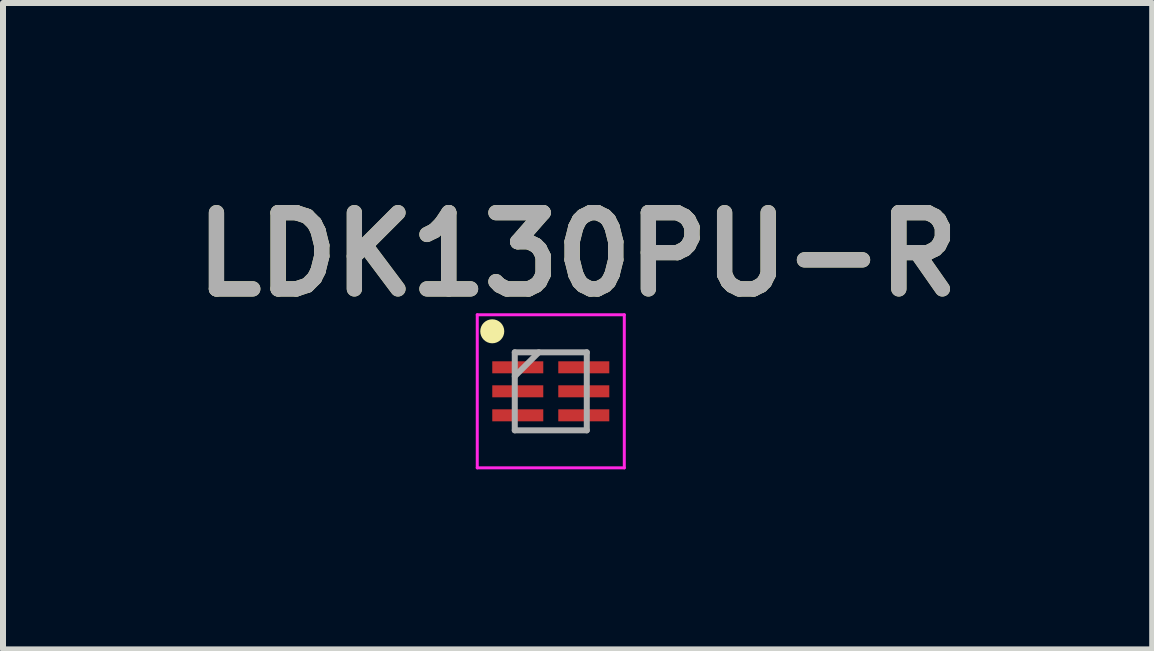
<source format=kicad_pcb>
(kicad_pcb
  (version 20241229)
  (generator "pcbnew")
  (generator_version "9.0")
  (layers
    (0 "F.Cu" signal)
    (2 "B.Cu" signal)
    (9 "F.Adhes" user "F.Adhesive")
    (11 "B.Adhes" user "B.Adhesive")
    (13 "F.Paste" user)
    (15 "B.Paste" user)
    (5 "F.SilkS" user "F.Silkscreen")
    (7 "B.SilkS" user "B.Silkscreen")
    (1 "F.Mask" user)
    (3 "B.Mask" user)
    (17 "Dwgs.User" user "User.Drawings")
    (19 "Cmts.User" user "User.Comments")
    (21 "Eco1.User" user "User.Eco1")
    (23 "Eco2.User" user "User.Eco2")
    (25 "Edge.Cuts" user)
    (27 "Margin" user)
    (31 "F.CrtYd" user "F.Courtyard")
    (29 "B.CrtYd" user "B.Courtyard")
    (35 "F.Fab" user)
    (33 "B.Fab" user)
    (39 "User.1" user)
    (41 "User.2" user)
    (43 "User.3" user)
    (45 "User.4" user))
  (footprint "LDK130PU-R"
    (layer "F.Cu")
    (at 6.127 3.47)
    (property "Reference" "LDK130PU-R" (at 0.447 -2.281 0) (layer "F.SilkS") (effects (font (size 1.27 1.27) (thickness 0.254))))
    (attr smd)
    (fp_circle (center -0.975 -1) (end -0.975 -0.9) (stroke (width 0.2) (type solid)) (fill no) (layer "F.SilkS"))
    (fp_line (start -1.225 -1.275) (end 1.225 -1.275) (stroke (width 0.05) (type solid)) (layer "F.CrtYd"))
    (fp_line (start -1.225 1.275) (end -1.225 -1.275) (stroke (width 0.05) (type solid)) (layer "F.CrtYd"))
    (fp_line (start 1.225 -1.275) (end 1.225 1.275) (stroke (width 0.05) (type solid)) (layer "F.CrtYd"))
    (fp_line (start 1.225 1.275) (end -1.225 1.275) (stroke (width 0.05) (type solid)) (layer "F.CrtYd"))
    (fp_line (start -0.6 -0.65) (end 0.6 -0.65) (stroke (width 0.1) (type solid)) (layer "F.Fab"))
    (fp_line (start -0.6 -0.25) (end -0.2 -0.65) (stroke (width 0.1) (type solid)) (layer "F.Fab"))
    (fp_line (start -0.6 0.65) (end -0.6 -0.65) (stroke (width 0.1) (type solid)) (layer "F.Fab"))
    (fp_line (start 0.6 -0.65) (end 0.6 0.65) (stroke (width 0.1) (type solid)) (layer "F.Fab"))
    (fp_line (start 0.6 0.65) (end -0.6 0.65) (stroke (width 0.1) (type solid)) (layer "F.Fab"))
    (fp_text user "${REFERENCE}" (at 0.447 -2.281 0) (layer "F.Fab") (effects (font (size 1.27 1.27) (thickness 0.254))))
    (pad "1" smd rect (at -0.55 -0.4 90) (size 0.2 0.85) (layers "F.Cu" "F.Mask" "F.Paste"))
    (pad "2" smd rect (at -0.55 0 90) (size 0.2 0.85) (layers "F.Cu" "F.Mask" "F.Paste"))
    (pad "3" smd rect (at -0.55 0.4 90) (size 0.2 0.85) (layers "F.Cu" "F.Mask" "F.Paste"))
    (pad "4" smd rect (at 0.55 0.4 90) (size 0.2 0.85) (layers "F.Cu" "F.Mask" "F.Paste"))
    (pad "5" smd rect (at 0.55 0 90) (size 0.2 0.85) (layers "F.Cu" "F.Mask" "F.Paste"))
    (pad "6" smd rect (at 0.55 -0.4 90) (size 0.2 0.85) (layers "F.Cu" "F.Mask" "F.Paste")))
  (gr_rect
    (start -3 -3)
    (end 16.148 7.77)
    (stroke (width 0.1) (type default))
    (fill no)
    (layer "Edge.Cuts")))
</source>
